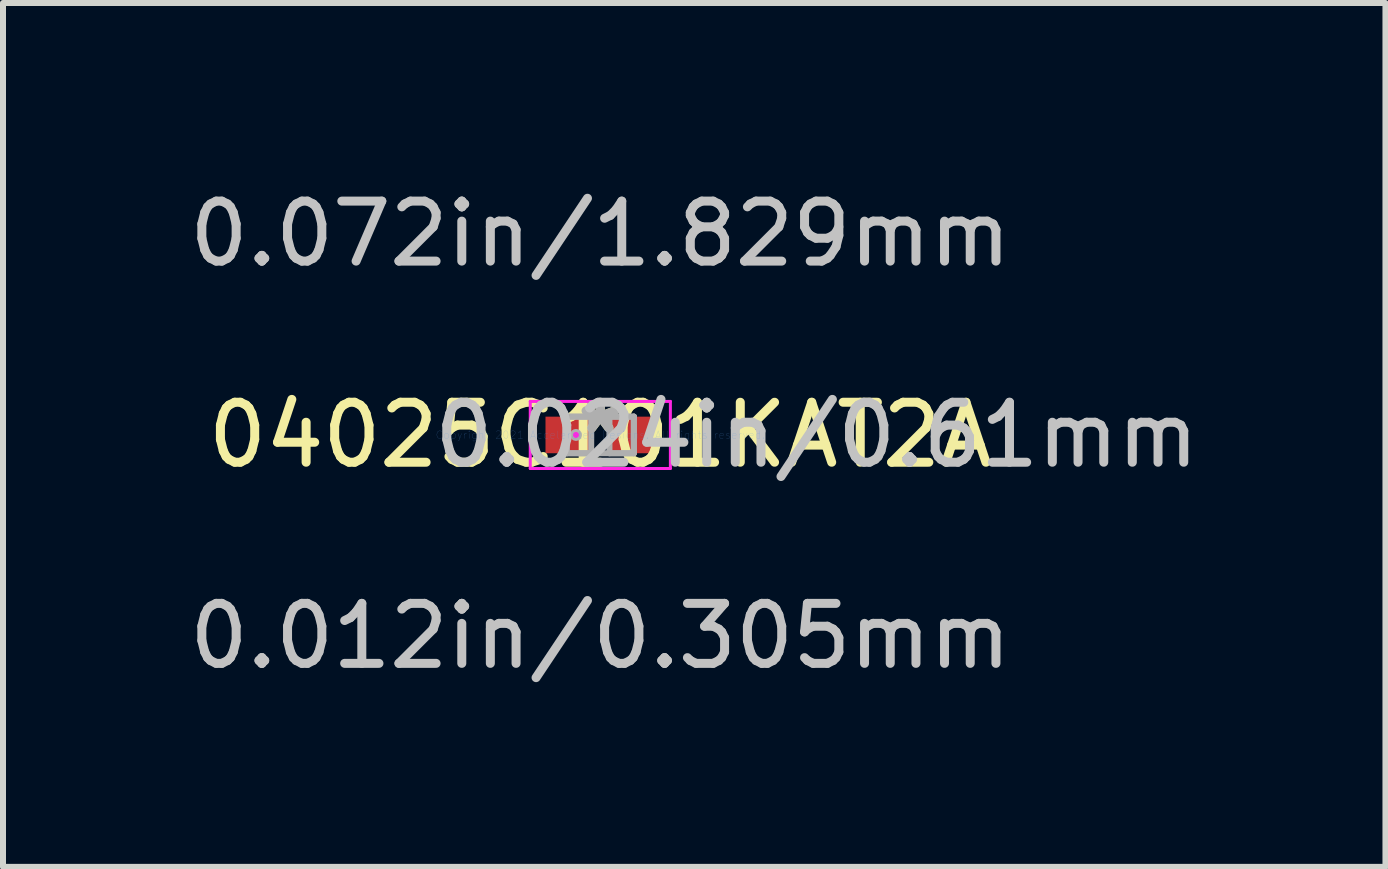
<source format=kicad_pcb>
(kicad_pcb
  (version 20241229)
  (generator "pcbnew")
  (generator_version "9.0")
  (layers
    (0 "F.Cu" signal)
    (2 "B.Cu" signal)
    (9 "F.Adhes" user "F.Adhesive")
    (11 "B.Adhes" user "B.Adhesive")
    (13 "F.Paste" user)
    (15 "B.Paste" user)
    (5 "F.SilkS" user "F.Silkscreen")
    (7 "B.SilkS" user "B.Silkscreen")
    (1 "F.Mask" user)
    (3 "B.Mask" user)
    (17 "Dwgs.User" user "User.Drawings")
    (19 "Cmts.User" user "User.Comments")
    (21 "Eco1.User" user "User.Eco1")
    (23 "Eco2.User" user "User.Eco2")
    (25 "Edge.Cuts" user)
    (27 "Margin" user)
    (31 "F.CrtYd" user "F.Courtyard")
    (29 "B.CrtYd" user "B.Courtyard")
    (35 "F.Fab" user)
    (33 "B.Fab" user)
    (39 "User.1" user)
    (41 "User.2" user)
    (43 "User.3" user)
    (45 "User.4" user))
  (footprint "04025C101KAT2A"
    (layer "F.Cu")
    (at 6.958 4.201)
    (property "Reference" "04025C101KAT2A" (at 0 0 0) (layer "F.SilkS") (effects (font (size 1 1) (thickness 0.15))))
    (attr through_hole)
    (fp_line (start -1.168 -0.559) (end 1.168 -0.559) (stroke (width 0.05) (type solid)) (layer "F.CrtYd"))
    (fp_line (start -1.168 0.559) (end -1.168 -0.559) (stroke (width 0.05) (type solid)) (layer "F.CrtYd"))
    (fp_line (start 1.168 -0.559) (end 1.168 0.559) (stroke (width 0.05) (type solid)) (layer "F.CrtYd"))
    (fp_line (start 1.168 0.559) (end -1.168 0.559) (stroke (width 0.05) (type solid)) (layer "F.CrtYd"))
    (fp_circle (center -0.406 0) (end -0.406 0) (stroke (width 0.05) (type solid)) (fill no) (layer "F.CrtYd"))
    (fp_line (start -0.559 -0.305) (end -0.559 0.305) (stroke (width 0.1) (type solid)) (layer "F.Fab"))
    (fp_line (start -0.559 -0.305) (end -0.559 0.305) (stroke (width 0.1) (type solid)) (layer "F.Fab"))
    (fp_line (start -0.559 0.305) (end -0.152 0.305) (stroke (width 0.1) (type solid)) (layer "F.Fab"))
    (fp_line (start -0.559 0.305) (end 0.559 0.305) (stroke (width 0.1) (type solid)) (layer "F.Fab"))
    (fp_line (start -0.152 -0.305) (end -0.559 -0.305) (stroke (width 0.1) (type solid)) (layer "F.Fab"))
    (fp_line (start -0.152 0.305) (end -0.152 -0.305) (stroke (width 0.1) (type solid)) (layer "F.Fab"))
    (fp_line (start 0.152 -0.305) (end 0.152 0.305) (stroke (width 0.1) (type solid)) (layer "F.Fab"))
    (fp_line (start 0.152 0.305) (end 0.559 0.305) (stroke (width 0.1) (type solid)) (layer "F.Fab"))
    (fp_line (start 0.559 -0.305) (end -0.559 -0.305) (stroke (width 0.1) (type solid)) (layer "F.Fab"))
    (fp_line (start 0.559 -0.305) (end 0.152 -0.305) (stroke (width 0.1) (type solid)) (layer "F.Fab"))
    (fp_line (start 0.559 0.305) (end 0.559 -0.305) (stroke (width 0.1) (type solid)) (layer "F.Fab"))
    (fp_line (start 0.559 0.305) (end 0.559 -0.305) (stroke (width 0.1) (type solid)) (layer "F.Fab"))
    (fp_circle (center -0.406 0) (end -0.406 0) (stroke (width 0.1) (type solid)) (fill no) (layer "F.Fab"))
    (fp_text user "*" (at 0 0 0) (layer "F.SilkS") (effects (font (size 1 1) (thickness 0.15))))
    (fp_text user "0.072in/1.829mm" (at 0 -3.353 0) (layer "Dwgs.User") (effects (font (size 1 1) (thickness 0.15))))
    (fp_text user "0.012in/0.305mm" (at 0 3.353 0) (layer "Dwgs.User") (effects (font (size 1 1) (thickness 0.15))))
    (fp_text user "0.024in/0.61mm" (at 3.607 0 0) (layer "Dwgs.User") (effects (font (size 1 1) (thickness 0.15))))
    (fp_text user "Copyright 2021 Accelerated Designs. All rights reserved." (at 0 0 0) (layer "Cmts.User") (effects (font (size 0.127 0.127) (thickness 0.002))))
    (fp_text user "*" (at 0 0 0) (layer "F.Fab") (effects (font (size 1 1) (thickness 0.15))))
    (pad "1" smd rect (at -0.533 0) (size 0.762 0.61) (layers "F.Cu" "F.Mask" "F.Paste"))
    (pad "2" smd rect (at 0.533 0) (size 0.762 0.61) (layers "F.Cu" "F.Mask" "F.Paste")))
  (gr_rect
    (start -3 -3)
    (end 20.047 11.402)
    (stroke (width 0.1) (type default))
    (fill no)
    (layer "Edge.Cuts")))
</source>
